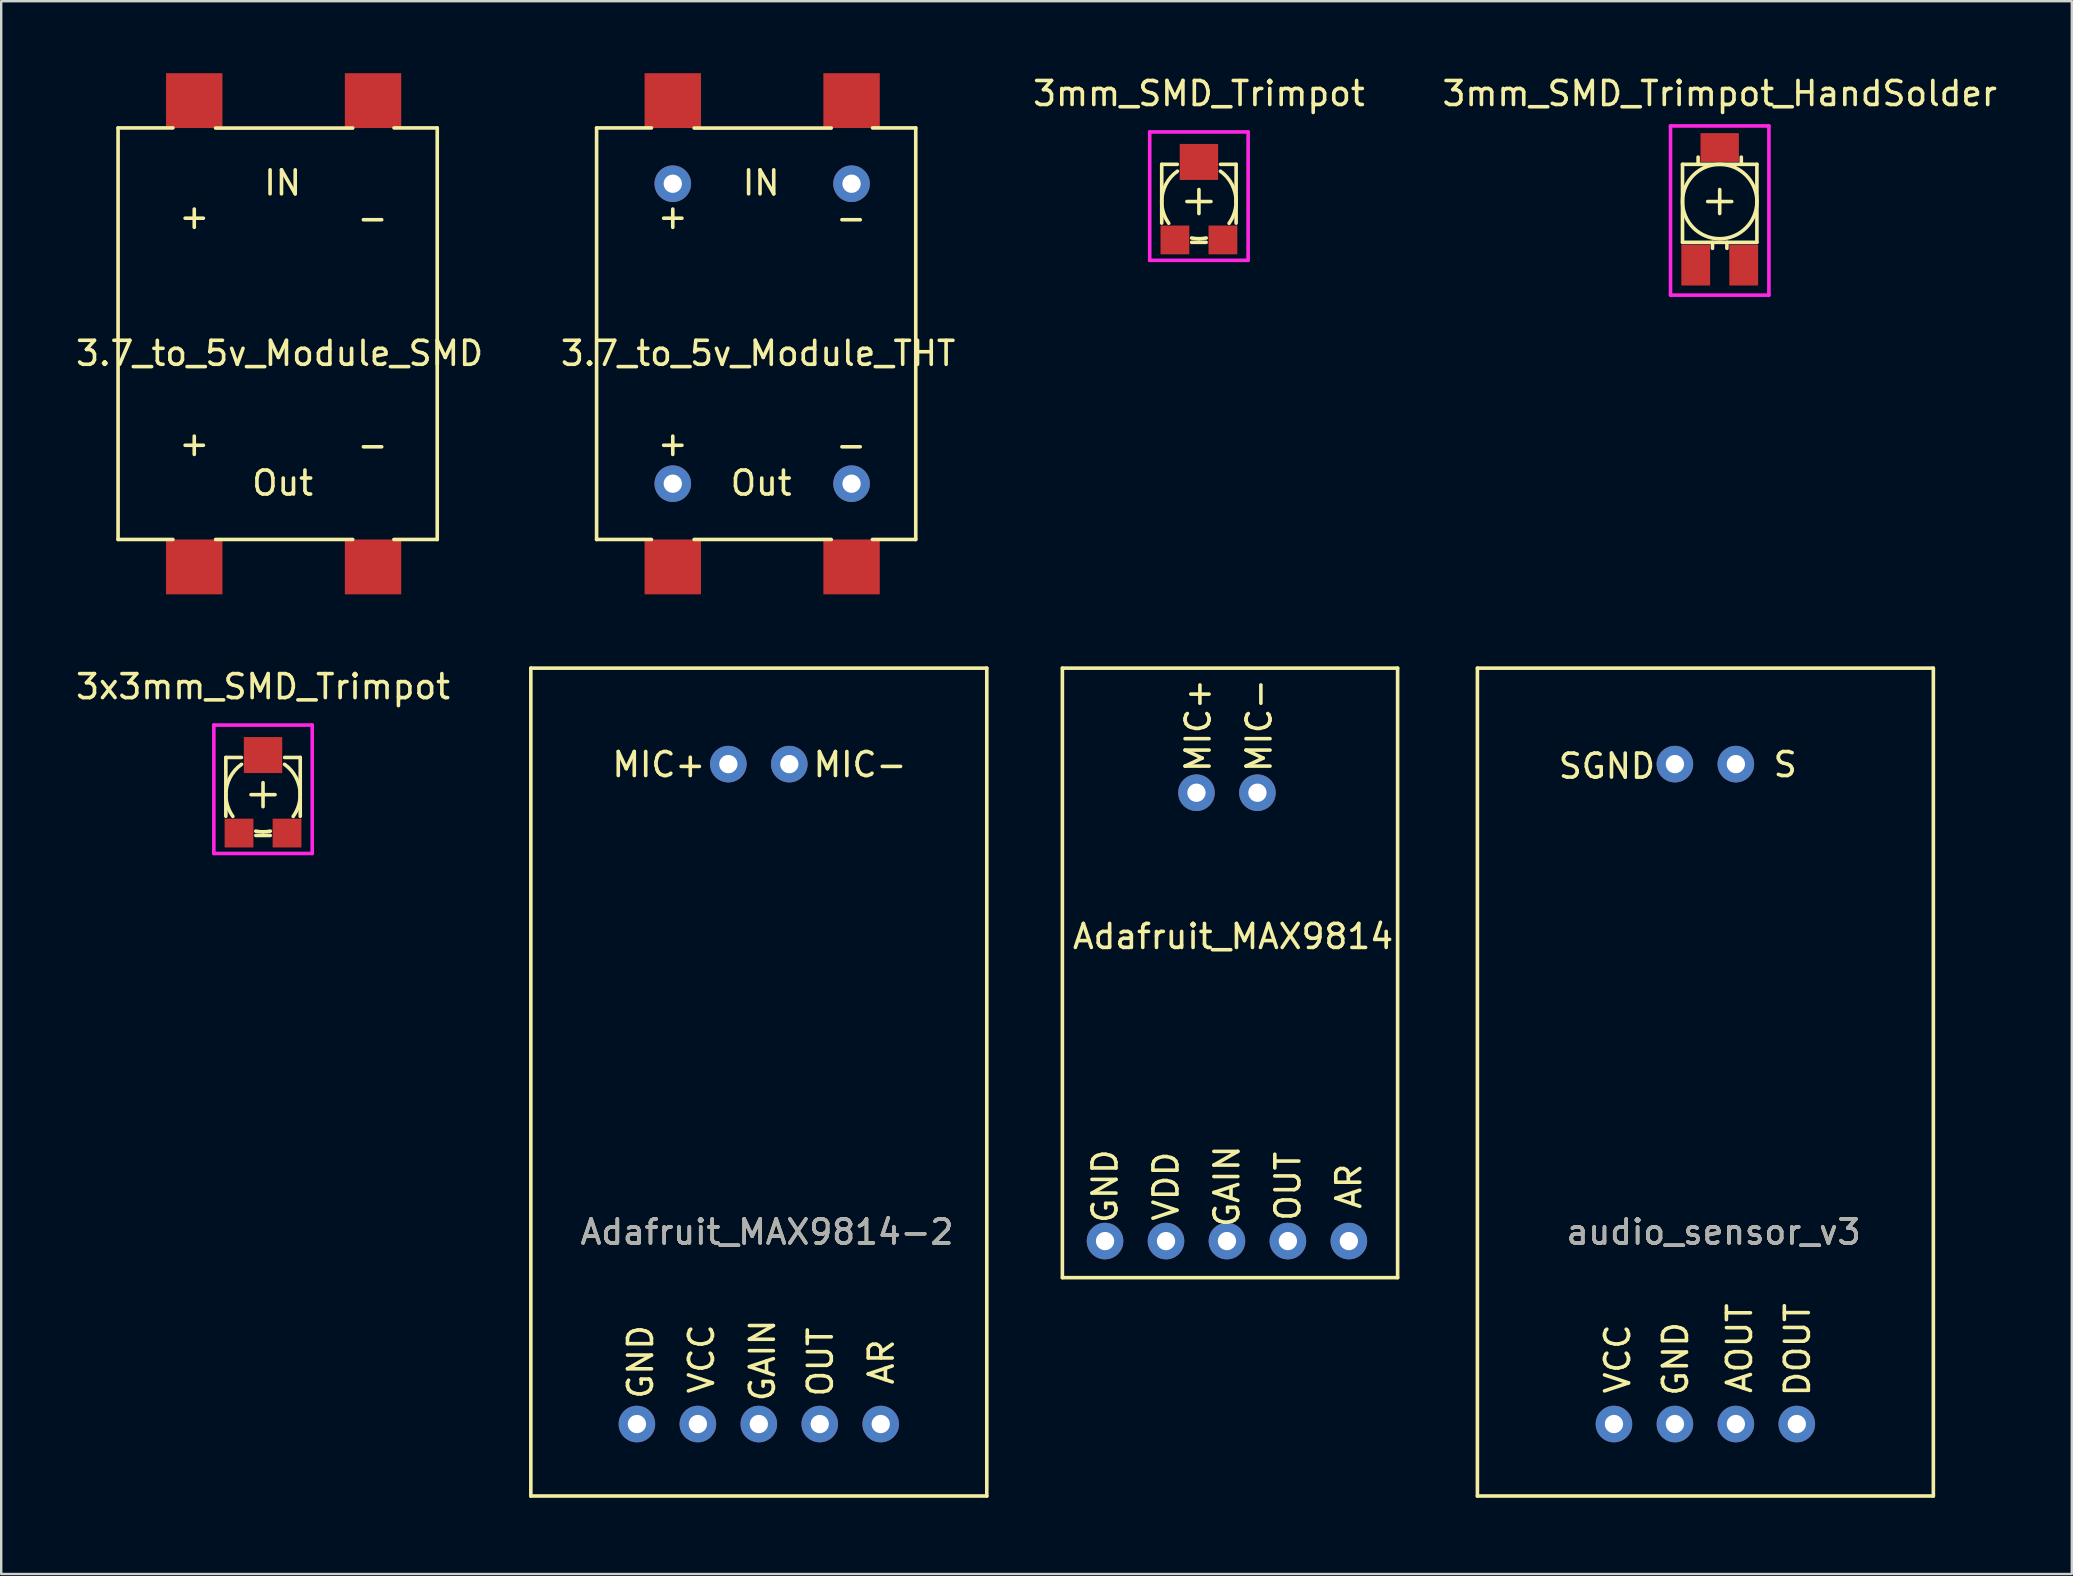
<source format=kicad_pcb>
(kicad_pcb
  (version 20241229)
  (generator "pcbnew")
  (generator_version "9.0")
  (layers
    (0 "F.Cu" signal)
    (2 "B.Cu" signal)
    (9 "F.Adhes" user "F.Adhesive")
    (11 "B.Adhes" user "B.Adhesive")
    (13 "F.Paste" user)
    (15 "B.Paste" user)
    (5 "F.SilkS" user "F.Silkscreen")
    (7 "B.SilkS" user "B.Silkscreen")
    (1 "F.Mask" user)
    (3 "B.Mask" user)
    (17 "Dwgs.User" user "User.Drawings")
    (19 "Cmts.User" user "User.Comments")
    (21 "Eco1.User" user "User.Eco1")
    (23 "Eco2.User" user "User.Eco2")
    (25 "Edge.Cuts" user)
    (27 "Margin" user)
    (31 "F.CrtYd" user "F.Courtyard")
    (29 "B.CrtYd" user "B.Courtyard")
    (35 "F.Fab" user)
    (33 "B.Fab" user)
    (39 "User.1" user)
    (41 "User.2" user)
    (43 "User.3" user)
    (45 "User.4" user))
  (footprint "3x3mm_SMD_Trimpot"
    (layer "F.Cu")
    (at 7.911 30.065)
    (property "Reference" "3x3mm_SMD_Trimpot" (at 0 -4.5 0) (layer "F.SilkS") (effects (font (size 1 1) (thickness 0.15))))
    (attr through_hole)
    (fp_line (start -1.55 -1.55) (end -1.55 0.9) (stroke (width 0.15) (type solid)) (layer "F.SilkS"))
    (fp_line (start -1.55 -1.55) (end -0.9 -1.55) (stroke (width 0.15) (type solid)) (layer "F.SilkS"))
    (fp_line (start -0.5 0) (end 0.5 0) (stroke (width 0.15) (type solid)) (layer "F.SilkS"))
    (fp_line (start -0.3 1.7) (end 0.3 1.7) (stroke (width 0.15) (type solid)) (layer "F.SilkS"))
    (fp_line (start 0 -0.5) (end 0 0.5) (stroke (width 0.15) (type solid)) (layer "F.SilkS"))
    (fp_line (start 1.55 -1.55) (end 0.9 -1.55) (stroke (width 0.15) (type solid)) (layer "F.SilkS"))
    (fp_line (start 1.55 -1.55) (end 1.55 0.9) (stroke (width 0.15) (type solid)) (layer "F.SilkS"))
    (fp_arc (start -1.55 0) (mid -1.376736 -0.712109) (end -0.895679 -1.265013) (stroke (width 0.15) (type solid)) (layer "F.SilkS"))
    (fp_arc (start -1.257878 0.905672) (mid -1.475163 0.475809) (end -1.55 0) (stroke (width 0.15) (type solid)) (layer "F.SilkS"))
    (fp_arc (start 0 1.55) (mid -0.1526 1.54247) (end -0.303717 1.519953) (stroke (width 0.15) (type solid)) (layer "F.SilkS"))
    (fp_arc (start 0.303717 1.519953) (mid 0.1526 1.54247) (end 0 1.55) (stroke (width 0.15) (type solid)) (layer "F.SilkS"))
    (fp_arc (start 0.895679 -1.265013) (mid 1.376735 -0.712108) (end 1.55 0) (stroke (width 0.15) (type solid)) (layer "F.SilkS"))
    (fp_arc (start 1.55 0) (mid 1.474971 0.476403) (end 1.257149 0.906684) (stroke (width 0.15) (type solid)) (layer "F.SilkS"))
    (fp_line (start -2.05 2.45) (end -2.05 -2.9) (stroke (width 0.15) (type solid)) (layer "F.CrtYd"))
    (fp_line (start 2.05 -2.9) (end -2.05 -2.9) (stroke (width 0.15) (type solid)) (layer "F.CrtYd"))
    (fp_line (start 2.05 2.45) (end -2.05 2.45) (stroke (width 0.15) (type solid)) (layer "F.CrtYd"))
    (fp_line (start 2.05 2.45) (end 2.05 -2.9) (stroke (width 0.15) (type solid)) (layer "F.CrtYd"))
    (pad "1" smd trapezoid (at -1 1.6) (size 1.2 1.2) (layers "F.Cu" "F.Mask" "F.Paste"))
    (pad "2" smd trapezoid (at 0 -1.65) (size 1.6 1.5) (layers "F.Cu" "F.Mask" "F.Paste"))
    (pad "3" smd trapezoid (at 1 1.6) (size 1.2 1.2) (layers "F.Cu" "F.Mask" "F.Paste")))
  (footprint "audio_sensor_v3"
    (layer "F.Cu")
    (at 58.516 59.292)
    (property "Reference" "audio_sensor_v3" (at 9.842 -11.002 0) (layer "F.SilkS") (effects (font (size 1 1) (thickness 0.15))))
    (attr smd)
    (fp_line (start 0 -34.5) (end 19 -34.5) (stroke (width 0.15) (type solid)) (layer "F.SilkS"))
    (fp_line (start 0 0) (end 0 -34.5) (stroke (width 0.15) (type solid)) (layer "F.SilkS"))
    (fp_line (start 0 0) (end 19 0) (stroke (width 0.15) (type solid)) (layer "F.SilkS"))
    (fp_line (start 19 0) (end 19 -34.5) (stroke (width 0.15) (type solid)) (layer "F.SilkS"))
    (fp_text user "VCC" (at 5.842 -5.715 90) (layer "F.SilkS") (effects (font (size 1 1) (thickness 0.15))))
    (fp_text user "AOUT" (at 10.922 -6.16 90) (layer "F.SilkS") (effects (font (size 1 1) (thickness 0.15))))
    (fp_text user "SGND" (at 5.397 -30.416 180) (layer "F.SilkS") (effects (font (size 1 1) (thickness 0.15))))
    (fp_text user "DOUT" (at 13.335 -6.096 90) (layer "F.SilkS") (effects (font (size 1 1) (thickness 0.15))))
    (fp_text user "GND" (at 8.255 -5.715 90) (layer "F.SilkS") (effects (font (size 1 1) (thickness 0.15))))
    (fp_text user "S" (at 12.827 -30.48 0) (layer "F.SilkS") (effects (font (size 1 1) (thickness 0.15))))
    (fp_text user "${REFERENCE}" (at 9.842 -11.002 0) (layer "F.Fab") (effects (font (size 1 1) (thickness 0.15))))
    (pad "1" thru_hole circle (at 10.77 -3) (size 1.524 1.524) (drill 0.762) (layers "*.Cu" "*.Mask"))
    (pad "2" thru_hole circle (at 8.23 -3) (size 1.524 1.524) (drill 0.762) (layers "*.Cu" "*.Mask"))
    (pad "3" thru_hole circle (at 5.69 -3) (size 1.524 1.524) (drill 0.762) (layers "*.Cu" "*.Mask"))
    (pad "4" thru_hole circle (at 13.31 -3) (size 1.524 1.524) (drill 0.762) (layers "*.Cu" "*.Mask"))
    (pad "5" thru_hole circle (at 10.77 -30.5) (size 1.524 1.524) (drill 0.762) (layers "*.Cu" "*.Mask"))
    (pad "6" thru_hole circle (at 8.23 -30.5) (size 1.524 1.524) (drill 0.762) (layers "*.Cu" "*.Mask")))
  (footprint "Adafruit_MAX9814"
    (layer "F.Cu")
    (at 48.079 36.984)
    (property "Reference" "Adafruit_MAX9814" (at 0.254 -1.008 180) (layer "F.SilkS") (effects (font (size 1 1) (thickness 0.15))))
    (attr through_hole)
    (fp_line (start -6.858 -12.192) (end -6.858 13.208) (stroke (width 0.15) (type solid)) (layer "F.SilkS"))
    (fp_line (start -6.858 13.208) (end 7.112 13.208) (stroke (width 0.15) (type solid)) (layer "F.SilkS"))
    (fp_line (start 7.112 -12.192) (end -6.858 -12.192) (stroke (width 0.15) (type solid)) (layer "F.SilkS"))
    (fp_line (start 7.112 13.208) (end 7.112 -12.192) (stroke (width 0.15) (type solid)) (layer "F.SilkS"))
    (fp_text user "GND" (at -5.08 9.398 90) (layer "F.SilkS") (effects (font (size 1 1) (thickness 0.15))))
    (fp_text user "AR" (at 5.08 9.398 90) (layer "F.SilkS") (effects (font (size 1 1) (thickness 0.15))))
    (fp_text user "GAIN" (at 0 9.398 90) (layer "F.SilkS") (effects (font (size 1 1) (thickness 0.15))))
    (fp_text user "VDD" (at -2.54 9.398 90) (layer "F.SilkS") (effects (font (size 1 1) (thickness 0.15))))
    (fp_text user "MIC-" (at 1.34 -9.8 90) (layer "F.SilkS") (effects (font (size 1 1) (thickness 0.15))))
    (fp_text user "OUT" (at 2.54 9.398 90) (layer "F.SilkS") (effects (font (size 1 1) (thickness 0.15))))
    (fp_text user "MIC+" (at -1.2 -9.8 90) (layer "F.SilkS") (effects (font (size 1 1) (thickness 0.15))))
    (pad "1" thru_hole circle (at -5.08 11.684 90) (size 1.524 1.524) (drill 0.762) (layers "*.Cu" "*.Mask"))
    (pad "2" thru_hole circle (at -2.54 11.684 90) (size 1.524 1.524) (drill 0.762) (layers "*.Cu" "*.Mask"))
    (pad "3" thru_hole circle (at 0 11.684 90) (size 1.524 1.524) (drill 0.762) (layers "*.Cu" "*.Mask"))
    (pad "4" thru_hole circle (at 2.54 11.684 90) (size 1.524 1.524) (drill 0.762) (layers "*.Cu" "*.Mask"))
    (pad "5" thru_hole circle (at 5.08 11.684 90) (size 1.524 1.524) (drill 0.762) (layers "*.Cu" "*.Mask"))
    (pad "6" thru_hole circle (at -1.27 -7 90) (size 1.524 1.524) (drill 0.762) (layers "*.Cu" "*.Mask"))
    (pad "7" thru_hole circle (at 1.27 -7 90) (size 1.524 1.524) (drill 0.762) (layers "*.Cu" "*.Mask")))
  (footprint "Adafruit_MAX9814-2"
    (layer "F.Cu")
    (at 19.071 59.292)
    (property "Reference" "Adafruit_MAX9814-2" (at 9.842 -11.002 0) (layer "F.SilkS") (effects (font (size 1 1) (thickness 0.15))))
    (attr smd)
    (fp_line (start 0 -34.5) (end 19 -34.5) (stroke (width 0.15) (type solid)) (layer "F.SilkS"))
    (fp_line (start 0 0) (end 0 -34.5) (stroke (width 0.15) (type solid)) (layer "F.SilkS"))
    (fp_line (start 0 0) (end 19 0) (stroke (width 0.15) (type solid)) (layer "F.SilkS"))
    (fp_line (start 19 0) (end 19 -34.5) (stroke (width 0.15) (type solid)) (layer "F.SilkS"))
    (fp_text user "MIC-" (at 13.716 -30.48 180) (layer "F.SilkS") (effects (font (size 1 1) (thickness 0.15))))
    (fp_text user "AR" (at 14.605 -5.588 90) (layer "F.SilkS") (effects (font (size 1 1) (thickness 0.15))))
    (fp_text user "GAIN" (at 9.652 -5.652 90) (layer "F.SilkS") (effects (font (size 1 1) (thickness 0.15))))
    (fp_text user "OUT" (at 12.065 -5.588 90) (layer "F.SilkS") (effects (font (size 1 1) (thickness 0.15))))
    (fp_text user "VCC" (at 7.112 -5.715 90) (layer "F.SilkS") (effects (font (size 1 1) (thickness 0.15))))
    (fp_text user "GND" (at 4.572 -5.588 90) (layer "F.SilkS") (effects (font (size 1 1) (thickness 0.15))))
    (fp_text user "MIC+" (at 5.334 -30.48 180) (layer "F.SilkS") (effects (font (size 1 1) (thickness 0.15))))
    (fp_text user "${REFERENCE}" (at 9.842 -11.002 0) (layer "F.Fab") (effects (font (size 1 1) (thickness 0.15))))
    (pad "1" thru_hole circle (at 4.42 -3) (size 1.524 1.524) (drill 0.762) (layers "*.Cu" "*.Mask"))
    (pad "2" thru_hole circle (at 6.96 -3) (size 1.524 1.524) (drill 0.762) (layers "*.Cu" "*.Mask"))
    (pad "3" thru_hole circle (at 9.5 -3) (size 1.524 1.524) (drill 0.762) (layers "*.Cu" "*.Mask"))
    (pad "4" thru_hole circle (at 12.04 -3) (size 1.524 1.524) (drill 0.762) (layers "*.Cu" "*.Mask"))
    (pad "5" thru_hole circle (at 14.58 -3) (size 1.524 1.524) (drill 0.762) (layers "*.Cu" "*.Mask"))
    (pad "6" thru_hole circle (at 8.23 -30.5) (size 1.524 1.524) (drill 0.762) (layers "*.Cu" "*.Mask"))
    (pad "7" thru_hole circle (at 10.77 -30.5) (size 1.524 1.524) (drill 0.762) (layers "*.Cu" "*.Mask")))
  (footprint "3.7_to_5v_Module_THT"
    (layer "F.Cu")
    (at 28.669 10.287)
    (property "Reference" "3.7_to_5v_Module_THT" (at -0.127 1.389 0) (layer "F.SilkS") (effects (font (size 1 1) (thickness 0.15))))
    (attr through_hole)
    (fp_line (start -6.858 -8.006) (end -4.572 -8.006) (stroke (width 0.15) (type solid)) (layer "F.SilkS"))
    (fp_line (start -6.858 9.144) (end -6.858 -8.006) (stroke (width 0.15) (type solid)) (layer "F.SilkS"))
    (fp_line (start -6.858 9.144) (end -4.572 9.144) (stroke (width 0.15) (type solid)) (layer "F.SilkS"))
    (fp_line (start -2.794 -8.001) (end 2.921 -8.001) (stroke (width 0.15) (type solid)) (layer "F.SilkS"))
    (fp_line (start -2.794 9.144) (end 2.921 9.144) (stroke (width 0.15) (type solid)) (layer "F.SilkS"))
    (fp_line (start 4.636 9.144) (end 6.442 9.144) (stroke (width 0.15) (type solid)) (layer "F.SilkS"))
    (fp_line (start 4.642 -8.006) (end 6.442 -8.006) (stroke (width 0.15) (type solid)) (layer "F.SilkS"))
    (fp_line (start 6.442 9.144) (end 6.442 -8.006) (stroke (width 0.15) (type solid)) (layer "F.SilkS"))
    (fp_text user "-" (at 3.747 5.207 0) (layer "F.SilkS") (effects (font (size 1 1) (thickness 0.15))))
    (fp_text user "Out" (at 0 6.795 0) (layer "F.SilkS") (effects (font (size 1 1) (thickness 0.15))))
    (fp_text user "-" (at 3.747 -4.255 0) (layer "F.SilkS") (effects (font (size 1 1) (thickness 0.15))))
    (fp_text user "IN" (at 0 -5.715 0) (layer "F.SilkS") (effects (font (size 1 1) (thickness 0.15))))
    (fp_text user "+" (at -3.683 5.144 0) (layer "F.SilkS") (effects (font (size 1 1) (thickness 0.15))))
    (fp_text user "+" (at -3.683 -4.318 0) (layer "F.SilkS") (effects (font (size 1 1) (thickness 0.15))))
    (pad "1" smd rect (at -3.683 -9.144) (size 2.35 2.286) (layers "F.Cu" "F.Mask" "F.Paste"))
    (pad "1" thru_hole circle (at -3.683 6.819) (size 1.524 1.524) (drill 0.762) (layers "*.Cu" "*.Mask"))
    (pad "2" smd rect (at 3.767 -9.144) (size 2.35 2.286) (layers "F.Cu" "F.Mask" "F.Paste"))
    (pad "2" thru_hole circle (at 3.767 6.819) (size 1.524 1.524) (drill 0.762) (layers "*.Cu" "*.Mask"))
    (pad "3" thru_hole circle (at -3.683 -5.681) (size 1.524 1.524) (drill 0.762) (layers "*.Cu" "*.Mask"))
    (pad "3" smd rect (at -3.683 10.287) (size 2.35 2.286) (layers "F.Cu" "F.Mask" "F.Paste"))
    (pad "4" thru_hole circle (at 3.767 -5.681) (size 1.524 1.524) (drill 0.762) (layers "*.Cu" "*.Mask"))
    (pad "4" smd rect (at 3.767 10.287) (size 2.35 2.286) (layers "F.Cu" "F.Mask" "F.Paste")))
  (footprint "3mm_SMD_Trimpot"
    (layer "F.Cu")
    (at 46.911 5.348)
    (property "Reference" "3mm_SMD_Trimpot" (at 0 -4.5 0) (layer "F.SilkS") (effects (font (size 1 1) (thickness 0.15))))
    (attr through_hole)
    (fp_line (start -1.55 -1.55) (end -1.55 0.9) (stroke (width 0.15) (type solid)) (layer "F.SilkS"))
    (fp_line (start -1.55 -1.55) (end -0.9 -1.55) (stroke (width 0.15) (type solid)) (layer "F.SilkS"))
    (fp_line (start -0.5 0) (end 0.5 0) (stroke (width 0.15) (type solid)) (layer "F.SilkS"))
    (fp_line (start -0.3 1.7) (end 0.3 1.7) (stroke (width 0.15) (type solid)) (layer "F.SilkS"))
    (fp_line (start 0 -0.5) (end 0 0.5) (stroke (width 0.15) (type solid)) (layer "F.SilkS"))
    (fp_line (start 1.55 -1.55) (end 0.9 -1.55) (stroke (width 0.15) (type solid)) (layer "F.SilkS"))
    (fp_line (start 1.55 -1.55) (end 1.55 0.9) (stroke (width 0.15) (type solid)) (layer "F.SilkS"))
    (fp_arc (start -1.55 0) (mid -1.376736 -0.712109) (end -0.895679 -1.265013) (stroke (width 0.15) (type solid)) (layer "F.SilkS"))
    (fp_arc (start -1.257878 0.905672) (mid -1.475163 0.475809) (end -1.55 0) (stroke (width 0.15) (type solid)) (layer "F.SilkS"))
    (fp_arc (start 0 1.55) (mid -0.1526 1.54247) (end -0.303717 1.519953) (stroke (width 0.15) (type solid)) (layer "F.SilkS"))
    (fp_arc (start 0.303717 1.519953) (mid 0.1526 1.54247) (end 0 1.55) (stroke (width 0.15) (type solid)) (layer "F.SilkS"))
    (fp_arc (start 0.895679 -1.265013) (mid 1.376735 -0.712108) (end 1.55 0) (stroke (width 0.15) (type solid)) (layer "F.SilkS"))
    (fp_arc (start 1.55 0) (mid 1.474971 0.476403) (end 1.257149 0.906684) (stroke (width 0.15) (type solid)) (layer "F.SilkS"))
    (fp_line (start -2.05 2.45) (end -2.05 -2.9) (stroke (width 0.15) (type solid)) (layer "F.CrtYd"))
    (fp_line (start 2.05 -2.9) (end -2.05 -2.9) (stroke (width 0.15) (type solid)) (layer "F.CrtYd"))
    (fp_line (start 2.05 2.45) (end -2.05 2.45) (stroke (width 0.15) (type solid)) (layer "F.CrtYd"))
    (fp_line (start 2.05 2.45) (end 2.05 -2.9) (stroke (width 0.15) (type solid)) (layer "F.CrtYd"))
    (pad "1" smd trapezoid (at -1 1.6) (size 1.2 1.2) (layers "F.Cu" "F.Mask" "F.Paste"))
    (pad "2" smd trapezoid (at 0 -1.65) (size 1.6 1.5) (layers "F.Cu" "F.Mask" "F.Paste"))
    (pad "3" smd trapezoid (at 1 1.6) (size 1.2 1.2) (layers "F.Cu" "F.Mask" "F.Paste")))
  (footprint "3.7_to_5v_Module_SMD"
    (layer "F.Cu")
    (at 8.728 10.287)
    (property "Reference" "3.7_to_5v_Module_SMD" (at -0.127 1.389 0) (layer "F.SilkS") (effects (font (size 1 1) (thickness 0.15))))
    (attr through_hole)
    (fp_line (start -6.858 -8.006) (end -4.572 -8.006) (stroke (width 0.15) (type solid)) (layer "F.SilkS"))
    (fp_line (start -6.858 9.144) (end -6.858 -8.006) (stroke (width 0.15) (type solid)) (layer "F.SilkS"))
    (fp_line (start -6.858 9.144) (end -4.572 9.144) (stroke (width 0.15) (type solid)) (layer "F.SilkS"))
    (fp_line (start -2.794 -8.001) (end 2.921 -8.001) (stroke (width 0.15) (type solid)) (layer "F.SilkS"))
    (fp_line (start -2.794 9.144) (end 2.921 9.144) (stroke (width 0.15) (type solid)) (layer "F.SilkS"))
    (fp_line (start 4.636 9.144) (end 6.442 9.144) (stroke (width 0.15) (type solid)) (layer "F.SilkS"))
    (fp_line (start 4.642 -8.006) (end 6.442 -8.006) (stroke (width 0.15) (type solid)) (layer "F.SilkS"))
    (fp_line (start 6.442 9.144) (end 6.442 -8.006) (stroke (width 0.15) (type solid)) (layer "F.SilkS"))
    (fp_text user "+" (at -3.683 -4.318 0) (layer "F.SilkS") (effects (font (size 1 1) (thickness 0.15))))
    (fp_text user "Out" (at 0 6.795 0) (layer "F.SilkS") (effects (font (size 1 1) (thickness 0.15))))
    (fp_text user "-" (at 3.747 -4.255 0) (layer "F.SilkS") (effects (font (size 1 1) (thickness 0.15))))
    (fp_text user "-" (at 3.747 5.207 0) (layer "F.SilkS") (effects (font (size 1 1) (thickness 0.15))))
    (fp_text user "IN" (at 0 -5.715 0) (layer "F.SilkS") (effects (font (size 1 1) (thickness 0.15))))
    (fp_text user "+" (at -3.683 5.144 0) (layer "F.SilkS") (effects (font (size 1 1) (thickness 0.15))))
    (pad "1" smd rect (at -3.683 -9.144) (size 2.35 2.286) (layers "F.Cu" "F.Mask" "F.Paste"))
    (pad "2" smd rect (at 3.767 -9.144) (size 2.35 2.286) (layers "F.Cu" "F.Mask" "F.Paste"))
    (pad "3" smd rect (at -3.683 10.287) (size 2.35 2.286) (layers "F.Cu" "F.Mask" "F.Paste"))
    (pad "4" smd rect (at 3.767 10.287) (size 2.35 2.286) (layers "F.Cu" "F.Mask" "F.Paste")))
  (footprint "3mm_SMD_Trimpot_HandSolder"
    (layer "F.Cu")
    (at 68.613 5.348)
    (property "Reference" "3mm_SMD_Trimpot_HandSolder" (at 0 -4.5 0) (layer "F.SilkS") (effects (font (size 1 1) (thickness 0.15))))
    (attr smd)
    (fp_line (start -1.55 -1.55) (end -1.55 1.7) (stroke (width 0.15) (type solid)) (layer "F.SilkS"))
    (fp_line (start -1.55 -1.55) (end 1.55 -1.55) (stroke (width 0.15) (type solid)) (layer "F.SilkS"))
    (fp_line (start -1.55 1.7) (end 1.55 1.7) (stroke (width 0.15) (type solid)) (layer "F.SilkS"))
    (fp_line (start -0.9 -1.85) (end -0.9 -1.55) (stroke (width 0.15) (type solid)) (layer "F.SilkS"))
    (fp_line (start -0.5 0) (end 0.5 0) (stroke (width 0.15) (type solid)) (layer "F.SilkS"))
    (fp_line (start -0.3 1.7) (end -0.3 1.95) (stroke (width 0.15) (type solid)) (layer "F.SilkS"))
    (fp_line (start 0 -0.5) (end 0 0.5) (stroke (width 0.15) (type solid)) (layer "F.SilkS"))
    (fp_line (start 0.3 1.7) (end 0.3 1.95) (stroke (width 0.15) (type solid)) (layer "F.SilkS"))
    (fp_line (start 0.9 -1.55) (end 0.9 -1.85) (stroke (width 0.15) (type solid)) (layer "F.SilkS"))
    (fp_line (start 1.55 -1.55) (end 1.55 1.7) (stroke (width 0.15) (type solid)) (layer "F.SilkS"))
    (fp_circle (center 0 0) (end 1.55 0.05) (stroke (width 0.15) (type solid)) (fill no) (layer "F.SilkS"))
    (fp_line (start -2.05 3.9) (end -2.05 -3.15) (stroke (width 0.15) (type solid)) (layer "F.CrtYd"))
    (fp_line (start 2.05 -3.15) (end -2.05 -3.15) (stroke (width 0.15) (type solid)) (layer "F.CrtYd"))
    (fp_line (start 2.05 -3.15) (end 2.05 3.9) (stroke (width 0.15) (type solid)) (layer "F.CrtYd"))
    (fp_line (start 2.05 3.9) (end -2.05 3.9) (stroke (width 0.15) (type solid)) (layer "F.CrtYd"))
    (pad "1" smd trapezoid (at -1 2.65) (size 1.2 1.7) (layers "F.Cu" "F.Mask" "F.Paste"))
    (pad "2" smd trapezoid (at 0 -2.25) (size 1.6 1.2) (layers "F.Cu" "F.Mask" "F.Paste"))
    (pad "3" smd trapezoid (at 1 2.65) (size 1.2 1.7) (layers "F.Cu" "F.Mask" "F.Paste")))
  (gr_rect
    (start -3 -3)
    (end 83.286 62.542)
    (stroke (width 0.1) (type default))
    (fill no)
    (layer "Edge.Cuts")))
</source>
